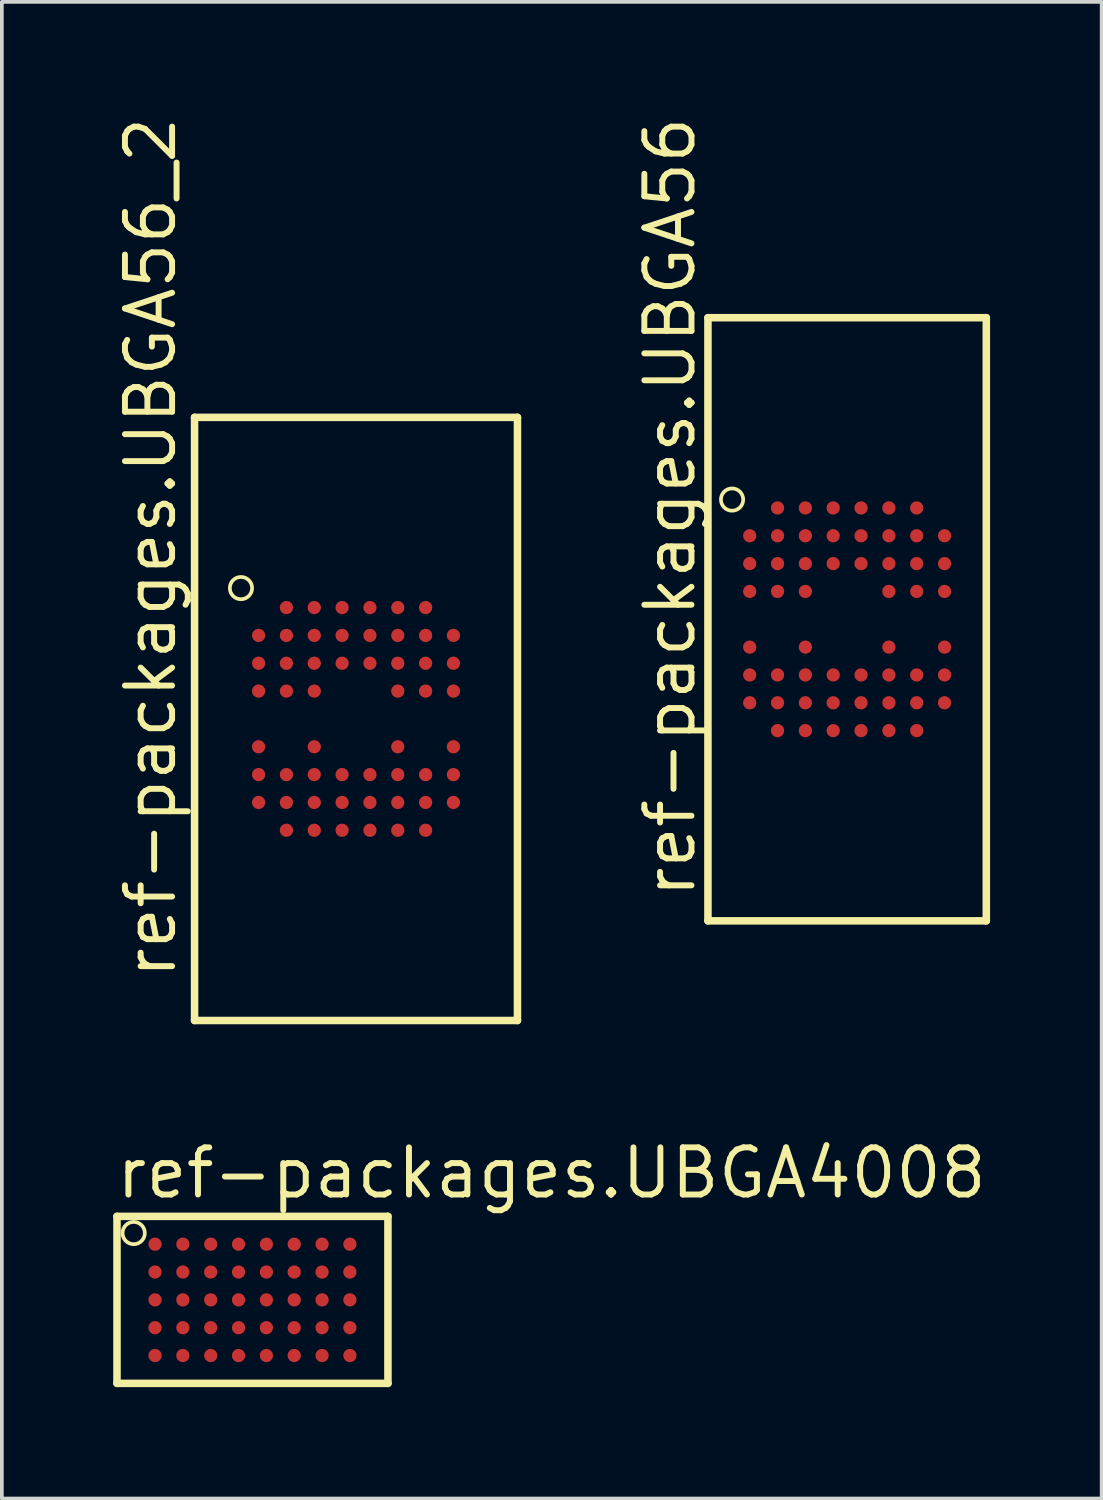
<source format=kicad_pcb>
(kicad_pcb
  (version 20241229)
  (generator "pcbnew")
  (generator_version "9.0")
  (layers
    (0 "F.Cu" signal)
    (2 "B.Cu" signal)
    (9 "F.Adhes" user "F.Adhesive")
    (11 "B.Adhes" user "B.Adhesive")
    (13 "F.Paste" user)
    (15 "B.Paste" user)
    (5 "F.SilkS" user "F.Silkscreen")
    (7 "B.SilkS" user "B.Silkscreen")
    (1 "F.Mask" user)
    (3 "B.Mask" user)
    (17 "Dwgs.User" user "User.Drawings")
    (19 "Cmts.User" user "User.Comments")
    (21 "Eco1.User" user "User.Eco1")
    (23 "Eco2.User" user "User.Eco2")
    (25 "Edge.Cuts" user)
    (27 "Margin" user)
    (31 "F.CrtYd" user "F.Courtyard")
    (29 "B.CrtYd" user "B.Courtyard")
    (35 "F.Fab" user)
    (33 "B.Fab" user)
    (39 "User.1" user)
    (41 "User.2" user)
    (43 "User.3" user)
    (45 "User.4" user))
  (footprint "ref-packages.UBGA4008"
    (layer "F.Cu")
    (at 3.752 31.972)
    (property "Reference" "ref-packages.UBGA4008" (at -3.75 -2.675 0) (layer "F.SilkS") (effects (font (size 1.27 1.27) (thickness 0.16)) (justify left bottom)))
    (attr smd)
    (fp_line (start -3.65 -2.25) (end -3.65 2.25) (stroke (width 0.203) (type default)) (layer "F.SilkS"))
    (fp_line (start -3.65 2.25) (end 3.65 2.25) (stroke (width 0.203) (type default)) (layer "F.SilkS"))
    (fp_line (start 3.65 -2.25) (end -3.65 -2.25) (stroke (width 0.203) (type default)) (layer "F.SilkS"))
    (fp_line (start 3.65 2.25) (end 3.65 -2.25) (stroke (width 0.203) (type default)) (layer "F.SilkS"))
    (fp_circle (center -3.2 -1.8) (end -2.9 -1.8) (stroke (width 0.1) (type default)) (fill no) (layer "F.SilkS"))
    (pad "A1" smd roundrect (at -2.625 -1.5) (size 0.36 0.36) (layers "F.Cu" "F.Mask" "F.Paste") (roundrect_rratio 0.5))
    (pad "A2" smd roundrect (at -1.875 -1.5) (size 0.36 0.36) (layers "F.Cu" "F.Mask" "F.Paste") (roundrect_rratio 0.5))
    (pad "A3" smd roundrect (at -1.125 -1.5) (size 0.36 0.36) (layers "F.Cu" "F.Mask" "F.Paste") (roundrect_rratio 0.5))
    (pad "A4" smd roundrect (at -0.375 -1.5) (size 0.36 0.36) (layers "F.Cu" "F.Mask" "F.Paste") (roundrect_rratio 0.5))
    (pad "A5" smd roundrect (at 0.375 -1.5) (size 0.36 0.36) (layers "F.Cu" "F.Mask" "F.Paste") (roundrect_rratio 0.5))
    (pad "A6" smd roundrect (at 1.125 -1.5) (size 0.36 0.36) (layers "F.Cu" "F.Mask" "F.Paste") (roundrect_rratio 0.5))
    (pad "A7" smd roundrect (at 1.875 -1.5) (size 0.36 0.36) (layers "F.Cu" "F.Mask" "F.Paste") (roundrect_rratio 0.5))
    (pad "A8" smd roundrect (at 2.625 -1.5) (size 0.36 0.36) (layers "F.Cu" "F.Mask" "F.Paste") (roundrect_rratio 0.5))
    (pad "B1" smd roundrect (at -2.625 -0.75) (size 0.36 0.36) (layers "F.Cu" "F.Mask" "F.Paste") (roundrect_rratio 0.5))
    (pad "B2" smd roundrect (at -1.875 -0.75) (size 0.36 0.36) (layers "F.Cu" "F.Mask" "F.Paste") (roundrect_rratio 0.5))
    (pad "B3" smd roundrect (at -1.125 -0.75) (size 0.36 0.36) (layers "F.Cu" "F.Mask" "F.Paste") (roundrect_rratio 0.5))
    (pad "B4" smd roundrect (at -0.375 -0.75) (size 0.36 0.36) (layers "F.Cu" "F.Mask" "F.Paste") (roundrect_rratio 0.5))
    (pad "B5" smd roundrect (at 0.375 -0.75) (size 0.36 0.36) (layers "F.Cu" "F.Mask" "F.Paste") (roundrect_rratio 0.5))
    (pad "B6" smd roundrect (at 1.125 -0.75) (size 0.36 0.36) (layers "F.Cu" "F.Mask" "F.Paste") (roundrect_rratio 0.5))
    (pad "B7" smd roundrect (at 1.875 -0.75) (size 0.36 0.36) (layers "F.Cu" "F.Mask" "F.Paste") (roundrect_rratio 0.5))
    (pad "B8" smd roundrect (at 2.625 -0.75) (size 0.36 0.36) (layers "F.Cu" "F.Mask" "F.Paste") (roundrect_rratio 0.5))
    (pad "C1" smd roundrect (at -2.625 0) (size 0.36 0.36) (layers "F.Cu" "F.Mask" "F.Paste") (roundrect_rratio 0.5))
    (pad "C2" smd roundrect (at -1.875 0) (size 0.36 0.36) (layers "F.Cu" "F.Mask" "F.Paste") (roundrect_rratio 0.5))
    (pad "C3" smd roundrect (at -1.125 0) (size 0.36 0.36) (layers "F.Cu" "F.Mask" "F.Paste") (roundrect_rratio 0.5))
    (pad "C4" smd roundrect (at -0.375 0) (size 0.36 0.36) (layers "F.Cu" "F.Mask" "F.Paste") (roundrect_rratio 0.5))
    (pad "C5" smd roundrect (at 0.375 0) (size 0.36 0.36) (layers "F.Cu" "F.Mask" "F.Paste") (roundrect_rratio 0.5))
    (pad "C6" smd roundrect (at 1.125 0) (size 0.36 0.36) (layers "F.Cu" "F.Mask" "F.Paste") (roundrect_rratio 0.5))
    (pad "C7" smd roundrect (at 1.875 0) (size 0.36 0.36) (layers "F.Cu" "F.Mask" "F.Paste") (roundrect_rratio 0.5))
    (pad "C8" smd roundrect (at 2.625 0) (size 0.36 0.36) (layers "F.Cu" "F.Mask" "F.Paste") (roundrect_rratio 0.5))
    (pad "D1" smd roundrect (at -2.625 0.75) (size 0.36 0.36) (layers "F.Cu" "F.Mask" "F.Paste") (roundrect_rratio 0.5))
    (pad "D2" smd roundrect (at -1.875 0.75) (size 0.36 0.36) (layers "F.Cu" "F.Mask" "F.Paste") (roundrect_rratio 0.5))
    (pad "D3" smd roundrect (at -1.125 0.75) (size 0.36 0.36) (layers "F.Cu" "F.Mask" "F.Paste") (roundrect_rratio 0.5))
    (pad "D4" smd roundrect (at -0.375 0.75) (size 0.36 0.36) (layers "F.Cu" "F.Mask" "F.Paste") (roundrect_rratio 0.5))
    (pad "D5" smd roundrect (at 0.375 0.75) (size 0.36 0.36) (layers "F.Cu" "F.Mask" "F.Paste") (roundrect_rratio 0.5))
    (pad "D6" smd roundrect (at 1.125 0.75) (size 0.36 0.36) (layers "F.Cu" "F.Mask" "F.Paste") (roundrect_rratio 0.5))
    (pad "D7" smd roundrect (at 1.875 0.75) (size 0.36 0.36) (layers "F.Cu" "F.Mask" "F.Paste") (roundrect_rratio 0.5))
    (pad "D8" smd roundrect (at 2.625 0.75) (size 0.36 0.36) (layers "F.Cu" "F.Mask" "F.Paste") (roundrect_rratio 0.5))
    (pad "E1" smd roundrect (at -2.625 1.5) (size 0.36 0.36) (layers "F.Cu" "F.Mask" "F.Paste") (roundrect_rratio 0.5))
    (pad "E2" smd roundrect (at -1.875 1.5) (size 0.36 0.36) (layers "F.Cu" "F.Mask" "F.Paste") (roundrect_rratio 0.5))
    (pad "E3" smd roundrect (at -1.125 1.5) (size 0.36 0.36) (layers "F.Cu" "F.Mask" "F.Paste") (roundrect_rratio 0.5))
    (pad "E4" smd roundrect (at -0.375 1.5) (size 0.36 0.36) (layers "F.Cu" "F.Mask" "F.Paste") (roundrect_rratio 0.5))
    (pad "E5" smd roundrect (at 0.375 1.5) (size 0.36 0.36) (layers "F.Cu" "F.Mask" "F.Paste") (roundrect_rratio 0.5))
    (pad "E6" smd roundrect (at 1.125 1.5) (size 0.36 0.36) (layers "F.Cu" "F.Mask" "F.Paste") (roundrect_rratio 0.5))
    (pad "E7" smd roundrect (at 1.875 1.5) (size 0.36 0.36) (layers "F.Cu" "F.Mask" "F.Paste") (roundrect_rratio 0.5))
    (pad "E8" smd roundrect (at 2.625 1.5) (size 0.36 0.36) (layers "F.Cu" "F.Mask" "F.Paste") (roundrect_rratio 0.5)))
  (footprint "ref-packages.UBGA56"
    (layer "F.Cu")
    (at 19.774 13.635)
    (property "Reference" "ref-packages.UBGA56" (at -4.03 7.576 90) (layer "F.SilkS") (effects (font (size 1.27 1.27) (thickness 0.16)) (justify left bottom)))
    (attr smd)
    (fp_line (start -3.75 -8.125) (end -3.75 8.125) (stroke (width 0.203) (type default)) (layer "F.SilkS"))
    (fp_line (start -3.75 8.125) (end 3.75 8.125) (stroke (width 0.203) (type default)) (layer "F.SilkS"))
    (fp_line (start 3.75 -8.125) (end -3.75 -8.125) (stroke (width 0.203) (type default)) (layer "F.SilkS"))
    (fp_line (start 3.75 8.125) (end 3.75 -8.125) (stroke (width 0.203) (type default)) (layer "F.SilkS"))
    (fp_circle (center -3.1 -3.225) (end -2.8 -3.225) (stroke (width 0.1) (type default)) (fill no) (layer "F.SilkS"))
    (pad "A2" smd roundrect (at -1.875 -3) (size 0.36 0.36) (layers "F.Cu" "F.Mask" "F.Paste") (roundrect_rratio 0.5))
    (pad "A3" smd roundrect (at -1.125 -3) (size 0.36 0.36) (layers "F.Cu" "F.Mask" "F.Paste") (roundrect_rratio 0.5))
    (pad "A4" smd roundrect (at -0.375 -3) (size 0.36 0.36) (layers "F.Cu" "F.Mask" "F.Paste") (roundrect_rratio 0.5))
    (pad "A5" smd roundrect (at 0.375 -3) (size 0.36 0.36) (layers "F.Cu" "F.Mask" "F.Paste") (roundrect_rratio 0.5))
    (pad "A6" smd roundrect (at 1.125 -3) (size 0.36 0.36) (layers "F.Cu" "F.Mask" "F.Paste") (roundrect_rratio 0.5))
    (pad "A7" smd roundrect (at 1.875 -3) (size 0.36 0.36) (layers "F.Cu" "F.Mask" "F.Paste") (roundrect_rratio 0.5))
    (pad "B1" smd roundrect (at -2.625 -2.25) (size 0.36 0.36) (layers "F.Cu" "F.Mask" "F.Paste") (roundrect_rratio 0.5))
    (pad "B2" smd roundrect (at -1.875 -2.25) (size 0.36 0.36) (layers "F.Cu" "F.Mask" "F.Paste") (roundrect_rratio 0.5))
    (pad "B3" smd roundrect (at -1.125 -2.25) (size 0.36 0.36) (layers "F.Cu" "F.Mask" "F.Paste") (roundrect_rratio 0.5))
    (pad "B4" smd roundrect (at -0.375 -2.25) (size 0.36 0.36) (layers "F.Cu" "F.Mask" "F.Paste") (roundrect_rratio 0.5))
    (pad "B5" smd roundrect (at 0.375 -2.25) (size 0.36 0.36) (layers "F.Cu" "F.Mask" "F.Paste") (roundrect_rratio 0.5))
    (pad "B6" smd roundrect (at 1.125 -2.25) (size 0.36 0.36) (layers "F.Cu" "F.Mask" "F.Paste") (roundrect_rratio 0.5))
    (pad "B7" smd roundrect (at 1.875 -2.25) (size 0.36 0.36) (layers "F.Cu" "F.Mask" "F.Paste") (roundrect_rratio 0.5))
    (pad "B8" smd roundrect (at 2.625 -2.25) (size 0.36 0.36) (layers "F.Cu" "F.Mask" "F.Paste") (roundrect_rratio 0.5))
    (pad "C1" smd roundrect (at -2.625 -1.5) (size 0.36 0.36) (layers "F.Cu" "F.Mask" "F.Paste") (roundrect_rratio 0.5))
    (pad "C2" smd roundrect (at -1.875 -1.5) (size 0.36 0.36) (layers "F.Cu" "F.Mask" "F.Paste") (roundrect_rratio 0.5))
    (pad "C3" smd roundrect (at -1.125 -1.5) (size 0.36 0.36) (layers "F.Cu" "F.Mask" "F.Paste") (roundrect_rratio 0.5))
    (pad "C4" smd roundrect (at -0.375 -1.5) (size 0.36 0.36) (layers "F.Cu" "F.Mask" "F.Paste") (roundrect_rratio 0.5))
    (pad "C5" smd roundrect (at 0.375 -1.5) (size 0.36 0.36) (layers "F.Cu" "F.Mask" "F.Paste") (roundrect_rratio 0.5))
    (pad "C6" smd roundrect (at 1.125 -1.5) (size 0.36 0.36) (layers "F.Cu" "F.Mask" "F.Paste") (roundrect_rratio 0.5))
    (pad "C7" smd roundrect (at 1.875 -1.5) (size 0.36 0.36) (layers "F.Cu" "F.Mask" "F.Paste") (roundrect_rratio 0.5))
    (pad "C8" smd roundrect (at 2.625 -1.5) (size 0.36 0.36) (layers "F.Cu" "F.Mask" "F.Paste") (roundrect_rratio 0.5))
    (pad "D1" smd roundrect (at -2.625 -0.75) (size 0.36 0.36) (layers "F.Cu" "F.Mask" "F.Paste") (roundrect_rratio 0.5))
    (pad "D2" smd roundrect (at -1.875 -0.75) (size 0.36 0.36) (layers "F.Cu" "F.Mask" "F.Paste") (roundrect_rratio 0.5))
    (pad "D3" smd roundrect (at -1.125 -0.75) (size 0.36 0.36) (layers "F.Cu" "F.Mask" "F.Paste") (roundrect_rratio 0.5))
    (pad "D6" smd roundrect (at 1.125 -0.75) (size 0.36 0.36) (layers "F.Cu" "F.Mask" "F.Paste") (roundrect_rratio 0.5))
    (pad "D7" smd roundrect (at 1.875 -0.75) (size 0.36 0.36) (layers "F.Cu" "F.Mask" "F.Paste") (roundrect_rratio 0.5))
    (pad "D8" smd roundrect (at 2.625 -0.75) (size 0.36 0.36) (layers "F.Cu" "F.Mask" "F.Paste") (roundrect_rratio 0.5))
    (pad "F1" smd roundrect (at -2.625 0.75) (size 0.36 0.36) (layers "F.Cu" "F.Mask" "F.Paste") (roundrect_rratio 0.5))
    (pad "F3" smd roundrect (at -1.125 0.75) (size 0.36 0.36) (layers "F.Cu" "F.Mask" "F.Paste") (roundrect_rratio 0.5))
    (pad "F6" smd roundrect (at 1.125 0.75) (size 0.36 0.36) (layers "F.Cu" "F.Mask" "F.Paste") (roundrect_rratio 0.5))
    (pad "F8" smd roundrect (at 2.625 0.75) (size 0.36 0.36) (layers "F.Cu" "F.Mask" "F.Paste") (roundrect_rratio 0.5))
    (pad "G1" smd roundrect (at -2.625 1.5) (size 0.36 0.36) (layers "F.Cu" "F.Mask" "F.Paste") (roundrect_rratio 0.5))
    (pad "G2" smd roundrect (at -1.875 1.5) (size 0.36 0.36) (layers "F.Cu" "F.Mask" "F.Paste") (roundrect_rratio 0.5))
    (pad "G3" smd roundrect (at -1.125 1.5) (size 0.36 0.36) (layers "F.Cu" "F.Mask" "F.Paste") (roundrect_rratio 0.5))
    (pad "G4" smd roundrect (at -0.375 1.5) (size 0.36 0.36) (layers "F.Cu" "F.Mask" "F.Paste") (roundrect_rratio 0.5))
    (pad "G5" smd roundrect (at 0.375 1.5) (size 0.36 0.36) (layers "F.Cu" "F.Mask" "F.Paste") (roundrect_rratio 0.5))
    (pad "G6" smd roundrect (at 1.125 1.5) (size 0.36 0.36) (layers "F.Cu" "F.Mask" "F.Paste") (roundrect_rratio 0.5))
    (pad "G7" smd roundrect (at 1.875 1.5) (size 0.36 0.36) (layers "F.Cu" "F.Mask" "F.Paste") (roundrect_rratio 0.5))
    (pad "G8" smd roundrect (at 2.625 1.5) (size 0.36 0.36) (layers "F.Cu" "F.Mask" "F.Paste") (roundrect_rratio 0.5))
    (pad "H1" smd roundrect (at -2.625 2.25) (size 0.36 0.36) (layers "F.Cu" "F.Mask" "F.Paste") (roundrect_rratio 0.5))
    (pad "H2" smd roundrect (at -1.875 2.25) (size 0.36 0.36) (layers "F.Cu" "F.Mask" "F.Paste") (roundrect_rratio 0.5))
    (pad "H3" smd roundrect (at -1.125 2.25) (size 0.36 0.36) (layers "F.Cu" "F.Mask" "F.Paste") (roundrect_rratio 0.5))
    (pad "H4" smd roundrect (at -0.375 2.25) (size 0.36 0.36) (layers "F.Cu" "F.Mask" "F.Paste") (roundrect_rratio 0.5))
    (pad "H5" smd roundrect (at 0.375 2.25) (size 0.36 0.36) (layers "F.Cu" "F.Mask" "F.Paste") (roundrect_rratio 0.5))
    (pad "H6" smd roundrect (at 1.125 2.25) (size 0.36 0.36) (layers "F.Cu" "F.Mask" "F.Paste") (roundrect_rratio 0.5))
    (pad "H7" smd roundrect (at 1.875 2.25) (size 0.36 0.36) (layers "F.Cu" "F.Mask" "F.Paste") (roundrect_rratio 0.5))
    (pad "H8" smd roundrect (at 2.625 2.25) (size 0.36 0.36) (layers "F.Cu" "F.Mask" "F.Paste") (roundrect_rratio 0.5))
    (pad "I2" smd roundrect (at -1.875 3) (size 0.36 0.36) (layers "F.Cu" "F.Mask" "F.Paste") (roundrect_rratio 0.5))
    (pad "I3" smd roundrect (at -1.125 3) (size 0.36 0.36) (layers "F.Cu" "F.Mask" "F.Paste") (roundrect_rratio 0.5))
    (pad "I4" smd roundrect (at -0.375 3) (size 0.36 0.36) (layers "F.Cu" "F.Mask" "F.Paste") (roundrect_rratio 0.5))
    (pad "I5" smd roundrect (at 0.375 3) (size 0.36 0.36) (layers "F.Cu" "F.Mask" "F.Paste") (roundrect_rratio 0.5))
    (pad "I6" smd roundrect (at 1.125 3) (size 0.36 0.36) (layers "F.Cu" "F.Mask" "F.Paste") (roundrect_rratio 0.5))
    (pad "I7" smd roundrect (at 1.875 3) (size 0.36 0.36) (layers "F.Cu" "F.Mask" "F.Paste") (roundrect_rratio 0.5)))
  (footprint "ref-packages.UBGA56_2"
    (layer "F.Cu")
    (at 6.542 16.32)
    (property "Reference" "ref-packages.UBGA56_2" (at -4.792 7.068 90) (layer "F.SilkS") (effects (font (size 1.27 1.27) (thickness 0.16)) (justify left bottom)))
    (attr smd)
    (fp_line (start -4.35 -8.125) (end -4.35 8.125) (stroke (width 0.203) (type default)) (layer "F.SilkS"))
    (fp_line (start -4.35 8.125) (end 4.35 8.125) (stroke (width 0.203) (type default)) (layer "F.SilkS"))
    (fp_line (start 4.35 -8.125) (end -4.35 -8.125) (stroke (width 0.203) (type default)) (layer "F.SilkS"))
    (fp_line (start 4.35 8.125) (end 4.35 -8.125) (stroke (width 0.203) (type default)) (layer "F.SilkS"))
    (fp_circle (center -3.1 -3.525) (end -2.8 -3.525) (stroke (width 0.1) (type default)) (fill no) (layer "F.SilkS"))
    (pad "A2" smd roundrect (at -1.875 -3) (size 0.36 0.36) (layers "F.Cu" "F.Mask" "F.Paste") (roundrect_rratio 0.5))
    (pad "A3" smd roundrect (at -1.125 -3) (size 0.36 0.36) (layers "F.Cu" "F.Mask" "F.Paste") (roundrect_rratio 0.5))
    (pad "A4" smd roundrect (at -0.375 -3) (size 0.36 0.36) (layers "F.Cu" "F.Mask" "F.Paste") (roundrect_rratio 0.5))
    (pad "A5" smd roundrect (at 0.375 -3) (size 0.36 0.36) (layers "F.Cu" "F.Mask" "F.Paste") (roundrect_rratio 0.5))
    (pad "A6" smd roundrect (at 1.125 -3) (size 0.36 0.36) (layers "F.Cu" "F.Mask" "F.Paste") (roundrect_rratio 0.5))
    (pad "A7" smd roundrect (at 1.875 -3) (size 0.36 0.36) (layers "F.Cu" "F.Mask" "F.Paste") (roundrect_rratio 0.5))
    (pad "B1" smd roundrect (at -2.625 -2.25) (size 0.36 0.36) (layers "F.Cu" "F.Mask" "F.Paste") (roundrect_rratio 0.5))
    (pad "B2" smd roundrect (at -1.875 -2.25) (size 0.36 0.36) (layers "F.Cu" "F.Mask" "F.Paste") (roundrect_rratio 0.5))
    (pad "B3" smd roundrect (at -1.125 -2.25) (size 0.36 0.36) (layers "F.Cu" "F.Mask" "F.Paste") (roundrect_rratio 0.5))
    (pad "B4" smd roundrect (at -0.375 -2.25) (size 0.36 0.36) (layers "F.Cu" "F.Mask" "F.Paste") (roundrect_rratio 0.5))
    (pad "B5" smd roundrect (at 0.375 -2.25) (size 0.36 0.36) (layers "F.Cu" "F.Mask" "F.Paste") (roundrect_rratio 0.5))
    (pad "B6" smd roundrect (at 1.125 -2.25) (size 0.36 0.36) (layers "F.Cu" "F.Mask" "F.Paste") (roundrect_rratio 0.5))
    (pad "B7" smd roundrect (at 1.875 -2.25) (size 0.36 0.36) (layers "F.Cu" "F.Mask" "F.Paste") (roundrect_rratio 0.5))
    (pad "B8" smd roundrect (at 2.625 -2.25) (size 0.36 0.36) (layers "F.Cu" "F.Mask" "F.Paste") (roundrect_rratio 0.5))
    (pad "C1" smd roundrect (at -2.625 -1.5) (size 0.36 0.36) (layers "F.Cu" "F.Mask" "F.Paste") (roundrect_rratio 0.5))
    (pad "C2" smd roundrect (at -1.875 -1.5) (size 0.36 0.36) (layers "F.Cu" "F.Mask" "F.Paste") (roundrect_rratio 0.5))
    (pad "C3" smd roundrect (at -1.125 -1.5) (size 0.36 0.36) (layers "F.Cu" "F.Mask" "F.Paste") (roundrect_rratio 0.5))
    (pad "C4" smd roundrect (at -0.375 -1.5) (size 0.36 0.36) (layers "F.Cu" "F.Mask" "F.Paste") (roundrect_rratio 0.5))
    (pad "C5" smd roundrect (at 0.375 -1.5) (size 0.36 0.36) (layers "F.Cu" "F.Mask" "F.Paste") (roundrect_rratio 0.5))
    (pad "C6" smd roundrect (at 1.125 -1.5) (size 0.36 0.36) (layers "F.Cu" "F.Mask" "F.Paste") (roundrect_rratio 0.5))
    (pad "C7" smd roundrect (at 1.875 -1.5) (size 0.36 0.36) (layers "F.Cu" "F.Mask" "F.Paste") (roundrect_rratio 0.5))
    (pad "C8" smd roundrect (at 2.625 -1.5) (size 0.36 0.36) (layers "F.Cu" "F.Mask" "F.Paste") (roundrect_rratio 0.5))
    (pad "D1" smd roundrect (at -2.625 -0.75) (size 0.36 0.36) (layers "F.Cu" "F.Mask" "F.Paste") (roundrect_rratio 0.5))
    (pad "D2" smd roundrect (at -1.875 -0.75) (size 0.36 0.36) (layers "F.Cu" "F.Mask" "F.Paste") (roundrect_rratio 0.5))
    (pad "D3" smd roundrect (at -1.125 -0.75) (size 0.36 0.36) (layers "F.Cu" "F.Mask" "F.Paste") (roundrect_rratio 0.5))
    (pad "D6" smd roundrect (at 1.125 -0.75) (size 0.36 0.36) (layers "F.Cu" "F.Mask" "F.Paste") (roundrect_rratio 0.5))
    (pad "D7" smd roundrect (at 1.875 -0.75) (size 0.36 0.36) (layers "F.Cu" "F.Mask" "F.Paste") (roundrect_rratio 0.5))
    (pad "D8" smd roundrect (at 2.625 -0.75) (size 0.36 0.36) (layers "F.Cu" "F.Mask" "F.Paste") (roundrect_rratio 0.5))
    (pad "F1" smd roundrect (at -2.625 0.75) (size 0.36 0.36) (layers "F.Cu" "F.Mask" "F.Paste") (roundrect_rratio 0.5))
    (pad "F3" smd roundrect (at -1.125 0.75) (size 0.36 0.36) (layers "F.Cu" "F.Mask" "F.Paste") (roundrect_rratio 0.5))
    (pad "F6" smd roundrect (at 1.125 0.75) (size 0.36 0.36) (layers "F.Cu" "F.Mask" "F.Paste") (roundrect_rratio 0.5))
    (pad "F8" smd roundrect (at 2.625 0.75) (size 0.36 0.36) (layers "F.Cu" "F.Mask" "F.Paste") (roundrect_rratio 0.5))
    (pad "G1" smd roundrect (at -2.625 1.5) (size 0.36 0.36) (layers "F.Cu" "F.Mask" "F.Paste") (roundrect_rratio 0.5))
    (pad "G2" smd roundrect (at -1.875 1.5) (size 0.36 0.36) (layers "F.Cu" "F.Mask" "F.Paste") (roundrect_rratio 0.5))
    (pad "G3" smd roundrect (at -1.125 1.5) (size 0.36 0.36) (layers "F.Cu" "F.Mask" "F.Paste") (roundrect_rratio 0.5))
    (pad "G4" smd roundrect (at -0.375 1.5) (size 0.36 0.36) (layers "F.Cu" "F.Mask" "F.Paste") (roundrect_rratio 0.5))
    (pad "G5" smd roundrect (at 0.375 1.5) (size 0.36 0.36) (layers "F.Cu" "F.Mask" "F.Paste") (roundrect_rratio 0.5))
    (pad "G6" smd roundrect (at 1.125 1.5) (size 0.36 0.36) (layers "F.Cu" "F.Mask" "F.Paste") (roundrect_rratio 0.5))
    (pad "G7" smd roundrect (at 1.875 1.5) (size 0.36 0.36) (layers "F.Cu" "F.Mask" "F.Paste") (roundrect_rratio 0.5))
    (pad "G8" smd roundrect (at 2.625 1.5) (size 0.36 0.36) (layers "F.Cu" "F.Mask" "F.Paste") (roundrect_rratio 0.5))
    (pad "H1" smd roundrect (at -2.625 2.25) (size 0.36 0.36) (layers "F.Cu" "F.Mask" "F.Paste") (roundrect_rratio 0.5))
    (pad "H2" smd roundrect (at -1.875 2.25) (size 0.36 0.36) (layers "F.Cu" "F.Mask" "F.Paste") (roundrect_rratio 0.5))
    (pad "H3" smd roundrect (at -1.125 2.25) (size 0.36 0.36) (layers "F.Cu" "F.Mask" "F.Paste") (roundrect_rratio 0.5))
    (pad "H4" smd roundrect (at -0.375 2.25) (size 0.36 0.36) (layers "F.Cu" "F.Mask" "F.Paste") (roundrect_rratio 0.5))
    (pad "H5" smd roundrect (at 0.375 2.25) (size 0.36 0.36) (layers "F.Cu" "F.Mask" "F.Paste") (roundrect_rratio 0.5))
    (pad "H6" smd roundrect (at 1.125 2.25) (size 0.36 0.36) (layers "F.Cu" "F.Mask" "F.Paste") (roundrect_rratio 0.5))
    (pad "H7" smd roundrect (at 1.875 2.25) (size 0.36 0.36) (layers "F.Cu" "F.Mask" "F.Paste") (roundrect_rratio 0.5))
    (pad "H8" smd roundrect (at 2.625 2.25) (size 0.36 0.36) (layers "F.Cu" "F.Mask" "F.Paste") (roundrect_rratio 0.5))
    (pad "I2" smd roundrect (at -1.875 3) (size 0.36 0.36) (layers "F.Cu" "F.Mask" "F.Paste") (roundrect_rratio 0.5))
    (pad "I3" smd roundrect (at -1.125 3) (size 0.36 0.36) (layers "F.Cu" "F.Mask" "F.Paste") (roundrect_rratio 0.5))
    (pad "I4" smd roundrect (at -0.375 3) (size 0.36 0.36) (layers "F.Cu" "F.Mask" "F.Paste") (roundrect_rratio 0.5))
    (pad "I5" smd roundrect (at 0.375 3) (size 0.36 0.36) (layers "F.Cu" "F.Mask" "F.Paste") (roundrect_rratio 0.5))
    (pad "I6" smd roundrect (at 1.125 3) (size 0.36 0.36) (layers "F.Cu" "F.Mask" "F.Paste") (roundrect_rratio 0.5))
    (pad "I7" smd roundrect (at 1.875 3) (size 0.36 0.36) (layers "F.Cu" "F.Mask" "F.Paste") (roundrect_rratio 0.5)))
  (gr_rect
    (start -3 -3)
    (end 26.632 37.324)
    (stroke (width 0.1) (type default))
    (fill no)
    (layer "Edge.Cuts")))
</source>
